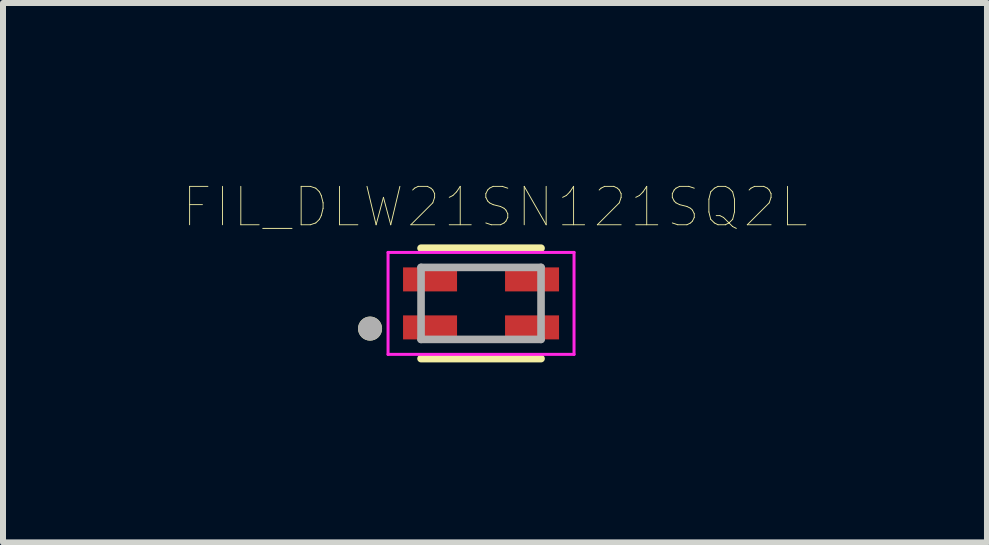
<source format=kicad_pcb>
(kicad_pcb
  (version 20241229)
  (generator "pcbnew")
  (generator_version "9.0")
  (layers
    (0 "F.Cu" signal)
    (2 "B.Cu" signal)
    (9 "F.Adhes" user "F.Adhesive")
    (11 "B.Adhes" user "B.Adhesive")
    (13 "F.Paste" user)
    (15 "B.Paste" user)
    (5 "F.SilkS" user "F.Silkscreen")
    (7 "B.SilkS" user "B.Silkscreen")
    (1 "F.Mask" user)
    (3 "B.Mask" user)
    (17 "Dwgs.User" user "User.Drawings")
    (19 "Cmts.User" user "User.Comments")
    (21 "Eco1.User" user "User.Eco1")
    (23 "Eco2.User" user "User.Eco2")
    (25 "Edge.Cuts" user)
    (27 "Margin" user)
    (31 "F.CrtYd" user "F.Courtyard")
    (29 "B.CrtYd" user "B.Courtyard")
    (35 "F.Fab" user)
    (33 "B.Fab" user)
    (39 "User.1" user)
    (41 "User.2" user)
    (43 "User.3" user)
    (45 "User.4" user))
  (footprint "FIL_DLW21SN121SQ2L"
    (layer "F.Cu")
    (at 4.968 2.007)
    (property "Reference" "FIL_DLW21SN121SQ2L" (at 0.232 -1.606 0) (layer "F.SilkS") (effects (font (size 0.64 0.64) (thickness 0.015))))
    (attr through_hole)
    (fp_line (start -1 -0.92) (end 1 -0.92) (stroke (width 0.127) (type solid)) (layer "F.SilkS"))
    (fp_line (start 1 0.92) (end -1 0.92) (stroke (width 0.127) (type solid)) (layer "F.SilkS"))
    (fp_circle (center -1.85 0.42) (end -1.75 0.42) (stroke (width 0.2) (type solid)) (fill no) (layer "F.SilkS"))
    (fp_poly (pts (xy -1.025 -0.875) (xy -0.675 -0.875) (xy -0.675 0.025) (xy -1.025 0.025)) (stroke (width 0.01) (type solid)) (fill yes) (layer "F.Paste"))
    (fp_poly (pts (xy -1.025 -0.025) (xy -0.675 -0.025) (xy -0.675 0.875) (xy -1.025 0.875)) (stroke (width 0.01) (type solid)) (fill yes) (layer "F.Paste"))
    (fp_poly (pts (xy 0.675 -0.875) (xy 1.025 -0.875) (xy 1.025 0.025) (xy 0.675 0.025)) (stroke (width 0.01) (type solid)) (fill yes) (layer "F.Paste"))
    (fp_poly (pts (xy 0.675 -0.025) (xy 1.025 -0.025) (xy 1.025 0.875) (xy 0.675 0.875)) (stroke (width 0.01) (type solid)) (fill yes) (layer "F.Paste"))
    (fp_line (start -1.55 -0.85) (end 1.55 -0.85) (stroke (width 0.05) (type solid)) (layer "F.CrtYd"))
    (fp_line (start -1.55 0.85) (end -1.55 -0.85) (stroke (width 0.05) (type solid)) (layer "F.CrtYd"))
    (fp_line (start 1.55 -0.85) (end 1.55 0.85) (stroke (width 0.05) (type solid)) (layer "F.CrtYd"))
    (fp_line (start 1.55 0.85) (end -1.55 0.85) (stroke (width 0.05) (type solid)) (layer "F.CrtYd"))
    (fp_line (start -1 -0.6) (end 1 -0.6) (stroke (width 0.127) (type solid)) (layer "F.Fab"))
    (fp_line (start -1 0.6) (end -1 -0.6) (stroke (width 0.127) (type solid)) (layer "F.Fab"))
    (fp_line (start 1 -0.6) (end 1 0.6) (stroke (width 0.127) (type solid)) (layer "F.Fab"))
    (fp_line (start 1 0.6) (end -1 0.6) (stroke (width 0.127) (type solid)) (layer "F.Fab"))
    (fp_circle (center -1.85 0.42) (end -1.75 0.42) (stroke (width 0.2) (type solid)) (fill no) (layer "F.Fab"))
    (pad "1" smd rect (at -0.85 0.4) (size 0.9 0.4) (layers "F.Cu" "F.Mask"))
    (pad "2" smd rect (at 0.85 0.4) (size 0.9 0.4) (layers "F.Cu" "F.Mask"))
    (pad "3" smd rect (at 0.85 -0.4) (size 0.9 0.4) (layers "F.Cu" "F.Mask"))
    (pad "4" smd rect (at -0.85 -0.4) (size 0.9 0.4) (layers "F.Cu" "F.Mask")))
  (gr_rect
    (start -3 -3)
    (end 13.401 5.991)
    (stroke (width 0.1) (type default))
    (fill no)
    (layer "Edge.Cuts")))
</source>
